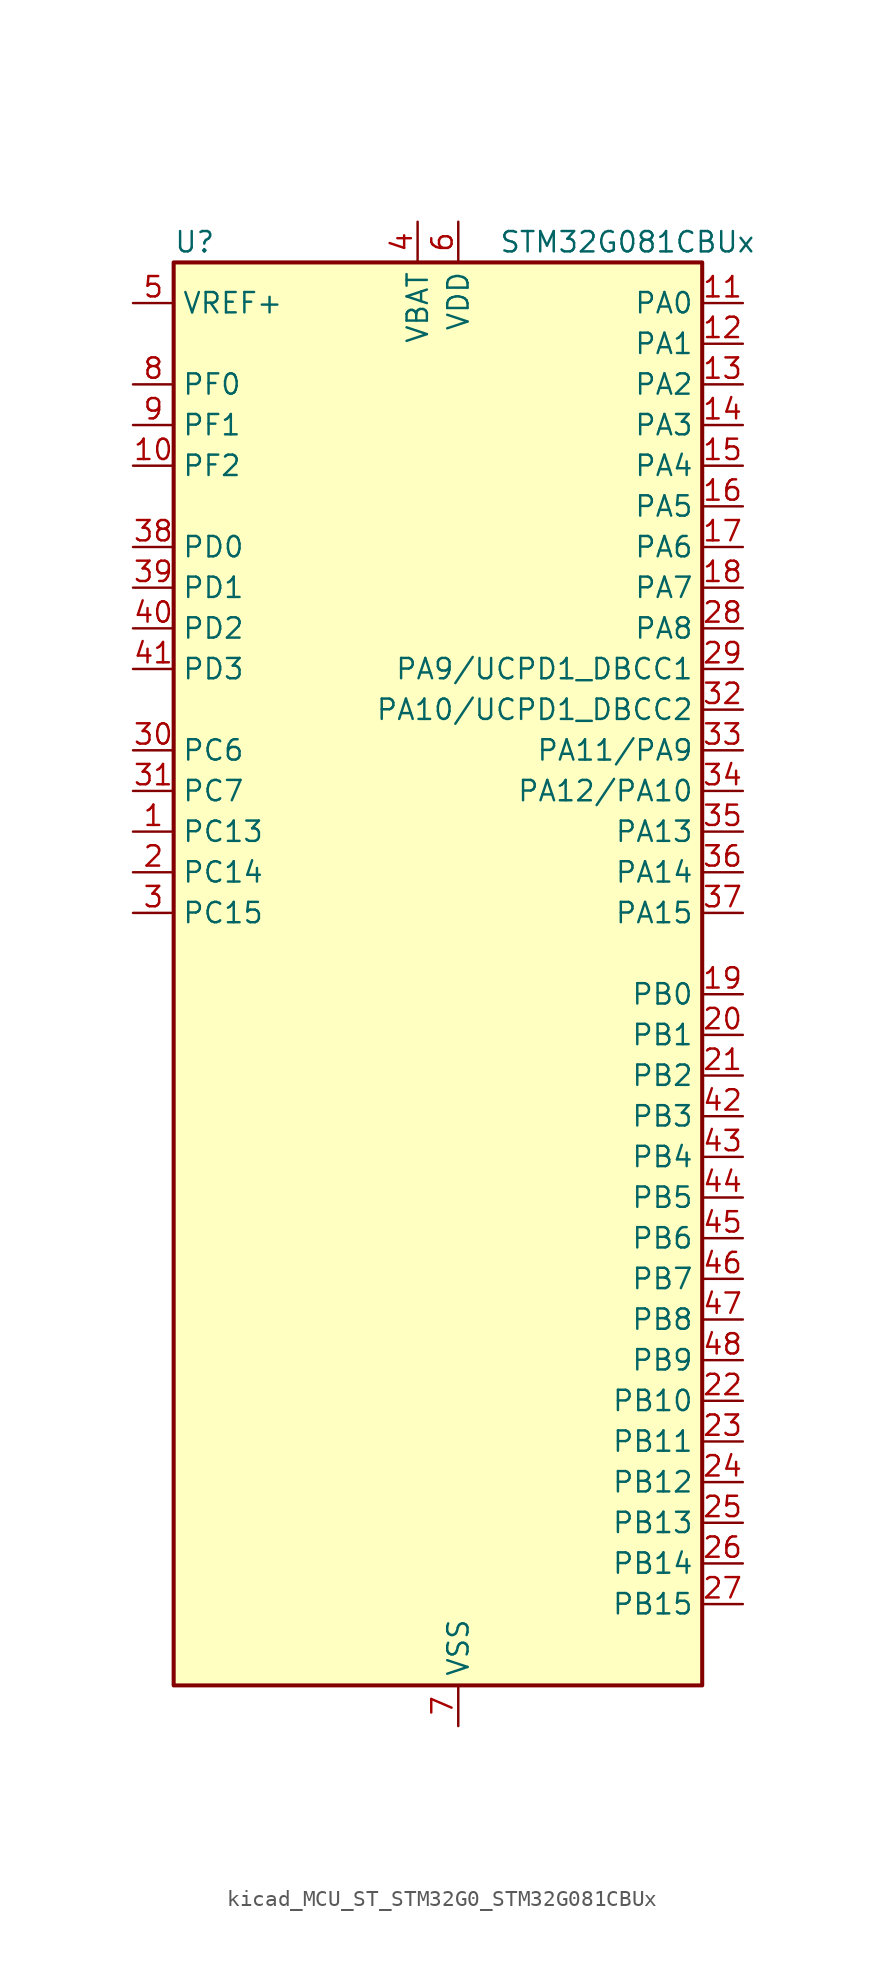
<source format=kicad_sym>
(kicad_symbol_lib
  (version 20220914)
  (generator kicad_symbol_editor)
  (symbol "kicad_MCU_ST_STM32G0_STM32G081CBUx"
    (property "Reference" "U"
      (at -15.24 46.99 0)
      (effects (font (size 1.27 1.27)) (justify left)))
    (property "Value" "STM32G081CBUx"
      (at 5.08 46.99 0)
      (effects (font (size 1.27 1.27)) (justify left)))
    (property "ki_locked" ""
      (at 0 0 0)
      (effects (font (size 1.27 1.27))))
    (symbol "kicad_MCU_ST_STM32G0_STM32G081CBUx_0_1"
      (rectangle (start -15.24 -43.18) (end 17.78 45.72) (stroke (width 0.254) (type default)) (fill (type background))))
    (symbol "kicad_MCU_ST_STM32G0_STM32G081CBUx_1_1"
      (pin bidirectional line (at -17.78 10.16 0) (length 2.54) (name "PC13" (effects (font (size 1.27 1.27)))) (number "1" (effects (font (size 1.27 1.27)))) (alternate "RTC_OUT_ALARM" bidirectional line) (alternate "RTC_OUT_CALIB" bidirectional line) (alternate "RTC_TAMP_IN1" bidirectional line) (alternate "RTC_TS" bidirectional line) (alternate "SYS_WKUP2" bidirectional line) (alternate "TIM1_BK" bidirectional line))
      (pin bidirectional line (at -17.78 33.02 0) (length 2.54) (name "PF2" (effects (font (size 1.27 1.27)))) (number "10" (effects (font (size 1.27 1.27)))) (alternate "RCC_MCO" bidirectional line))
      (pin bidirectional line (at 20.32 43.18 180) (length 2.54) (name "PA0" (effects (font (size 1.27 1.27)))) (number "11" (effects (font (size 1.27 1.27)))) (alternate "ADC1_IN0" bidirectional line) (alternate "COMP1_INM" bidirectional line) (alternate "COMP1_OUT" bidirectional line) (alternate "LPTIM1_OUT" bidirectional line) (alternate "RTC_TAMP_IN2" bidirectional line) (alternate "SPI2_SCK" bidirectional line) (alternate "SYS_WKUP1" bidirectional line) (alternate "TIM2_CH1" bidirectional line) (alternate "TIM2_ETR" bidirectional line) (alternate "UCPD2_FRSTX1" bidirectional line) (alternate "UCPD2_FRSTX2" bidirectional line) (alternate "USART2_CTS" bidirectional line) (alternate "USART2_NSS" bidirectional line) (alternate "USART4_TX" bidirectional line))
      (pin bidirectional line (at 20.32 40.64 180) (length 2.54) (name "PA1" (effects (font (size 1.27 1.27)))) (number "12" (effects (font (size 1.27 1.27)))) (alternate "ADC1_IN1" bidirectional line) (alternate "COMP1_INP" bidirectional line) (alternate "I2C1_SMBA" bidirectional line) (alternate "I2S1_CK" bidirectional line) (alternate "SPI1_SCK" bidirectional line) (alternate "TIM15_CH1N" bidirectional line) (alternate "TIM2_CH2" bidirectional line) (alternate "USART2_CK" bidirectional line) (alternate "USART2_DE" bidirectional line) (alternate "USART2_RTS" bidirectional line) (alternate "USART4_RX" bidirectional line))
      (pin bidirectional line (at 20.32 38.1 180) (length 2.54) (name "PA2" (effects (font (size 1.27 1.27)))) (number "13" (effects (font (size 1.27 1.27)))) (alternate "ADC1_IN2" bidirectional line) (alternate "COMP2_INM" bidirectional line) (alternate "COMP2_OUT" bidirectional line) (alternate "I2S1_SD" bidirectional line) (alternate "LPUART1_TX" bidirectional line) (alternate "RCC_LSCO" bidirectional line) (alternate "SPI1_MOSI" bidirectional line) (alternate "SYS_WKUP4" bidirectional line) (alternate "TIM15_CH1" bidirectional line) (alternate "TIM2_CH3" bidirectional line) (alternate "UCPD1_FRSTX1" bidirectional line) (alternate "UCPD1_FRSTX2" bidirectional line) (alternate "USART2_TX" bidirectional line))
      (pin bidirectional line (at 20.32 35.56 180) (length 2.54) (name "PA3" (effects (font (size 1.27 1.27)))) (number "14" (effects (font (size 1.27 1.27)))) (alternate "ADC1_IN3" bidirectional line) (alternate "COMP2_INP" bidirectional line) (alternate "LPUART1_RX" bidirectional line) (alternate "SPI2_MISO" bidirectional line) (alternate "TIM15_CH2" bidirectional line) (alternate "TIM2_CH4" bidirectional line) (alternate "UCPD2_FRSTX1" bidirectional line) (alternate "UCPD2_FRSTX2" bidirectional line) (alternate "USART2_RX" bidirectional line))
      (pin bidirectional line (at 20.32 33.02 180) (length 2.54) (name "PA4" (effects (font (size 1.27 1.27)))) (number "15" (effects (font (size 1.27 1.27)))) (alternate "ADC1_IN4" bidirectional line) (alternate "DAC1_OUT1" bidirectional line) (alternate "I2S1_WS" bidirectional line) (alternate "LPTIM2_OUT" bidirectional line) (alternate "RTC_OUT_ALARM" bidirectional line) (alternate "RTC_OUT_CALIB" bidirectional line) (alternate "SPI1_NSS" bidirectional line) (alternate "SPI2_MOSI" bidirectional line) (alternate "TIM14_CH1" bidirectional line) (alternate "UCPD2_FRSTX1" bidirectional line) (alternate "UCPD2_FRSTX2" bidirectional line))
      (pin bidirectional line (at 20.32 30.48 180) (length 2.54) (name "PA5" (effects (font (size 1.27 1.27)))) (number "16" (effects (font (size 1.27 1.27)))) (alternate "ADC1_IN5" bidirectional line) (alternate "CEC" bidirectional line) (alternate "DAC1_OUT2" bidirectional line) (alternate "I2S1_CK" bidirectional line) (alternate "LPTIM2_ETR" bidirectional line) (alternate "SPI1_SCK" bidirectional line) (alternate "TIM2_CH1" bidirectional line) (alternate "TIM2_ETR" bidirectional line) (alternate "UCPD1_FRSTX1" bidirectional line) (alternate "UCPD1_FRSTX2" bidirectional line) (alternate "USART3_TX" bidirectional line))
      (pin bidirectional line (at 20.32 27.94 180) (length 2.54) (name "PA6" (effects (font (size 1.27 1.27)))) (number "17" (effects (font (size 1.27 1.27)))) (alternate "ADC1_IN6" bidirectional line) (alternate "COMP1_OUT" bidirectional line) (alternate "I2S1_MCK" bidirectional line) (alternate "LPUART1_CTS" bidirectional line) (alternate "SPI1_MISO" bidirectional line) (alternate "TIM16_CH1" bidirectional line) (alternate "TIM1_BK" bidirectional line) (alternate "TIM3_CH1" bidirectional line) (alternate "USART3_CTS" bidirectional line) (alternate "USART3_NSS" bidirectional line))
      (pin bidirectional line (at 20.32 25.4 180) (length 2.54) (name "PA7" (effects (font (size 1.27 1.27)))) (number "18" (effects (font (size 1.27 1.27)))) (alternate "ADC1_IN7" bidirectional line) (alternate "COMP2_OUT" bidirectional line) (alternate "I2S1_SD" bidirectional line) (alternate "SPI1_MOSI" bidirectional line) (alternate "TIM14_CH1" bidirectional line) (alternate "TIM17_CH1" bidirectional line) (alternate "TIM1_CH1N" bidirectional line) (alternate "TIM3_CH2" bidirectional line) (alternate "UCPD1_FRSTX1" bidirectional line) (alternate "UCPD1_FRSTX2" bidirectional line))
      (pin bidirectional line (at 20.32 0 180) (length 2.54) (name "PB0" (effects (font (size 1.27 1.27)))) (number "19" (effects (font (size 1.27 1.27)))) (alternate "ADC1_IN8" bidirectional line) (alternate "COMP1_OUT" bidirectional line) (alternate "I2S1_WS" bidirectional line) (alternate "LPTIM1_OUT" bidirectional line) (alternate "SPI1_NSS" bidirectional line) (alternate "TIM1_CH2N" bidirectional line) (alternate "TIM3_CH3" bidirectional line) (alternate "UCPD1_FRSTX1" bidirectional line) (alternate "UCPD1_FRSTX2" bidirectional line) (alternate "USART3_RX" bidirectional line))
      (pin bidirectional line (at -17.78 7.62 0) (length 2.54) (name "PC14" (effects (font (size 1.27 1.27)))) (number "2" (effects (font (size 1.27 1.27)))) (alternate "RCC_OSC32_IN" bidirectional line) (alternate "TIM1_BK2" bidirectional line))
      (pin bidirectional line (at 20.32 -2.54 180) (length 2.54) (name "PB1" (effects (font (size 1.27 1.27)))) (number "20" (effects (font (size 1.27 1.27)))) (alternate "ADC1_IN9" bidirectional line) (alternate "COMP1_INM" bidirectional line) (alternate "LPTIM2_IN1" bidirectional line) (alternate "LPUART1_DE" bidirectional line) (alternate "LPUART1_RTS" bidirectional line) (alternate "TIM14_CH1" bidirectional line) (alternate "TIM1_CH3N" bidirectional line) (alternate "TIM3_CH4" bidirectional line) (alternate "USART3_CK" bidirectional line) (alternate "USART3_DE" bidirectional line) (alternate "USART3_RTS" bidirectional line))
      (pin bidirectional line (at 20.32 -5.08 180) (length 2.54) (name "PB2" (effects (font (size 1.27 1.27)))) (number "21" (effects (font (size 1.27 1.27)))) (alternate "ADC1_IN10" bidirectional line) (alternate "COMP1_INP" bidirectional line) (alternate "LPTIM1_OUT" bidirectional line) (alternate "SPI2_MISO" bidirectional line) (alternate "USART3_TX" bidirectional line))
      (pin bidirectional line (at 20.32 -25.4 180) (length 2.54) (name "PB10" (effects (font (size 1.27 1.27)))) (number "22" (effects (font (size 1.27 1.27)))) (alternate "ADC1_IN11" bidirectional line) (alternate "CEC" bidirectional line) (alternate "COMP1_OUT" bidirectional line) (alternate "I2C2_SCL" bidirectional line) (alternate "LPUART1_RX" bidirectional line) (alternate "SPI2_SCK" bidirectional line) (alternate "TIM2_CH3" bidirectional line) (alternate "USART3_TX" bidirectional line))
      (pin bidirectional line (at 20.32 -27.94 180) (length 2.54) (name "PB11" (effects (font (size 1.27 1.27)))) (number "23" (effects (font (size 1.27 1.27)))) (alternate "ADC1_EXTI11" bidirectional line) (alternate "ADC1_IN15" bidirectional line) (alternate "COMP2_OUT" bidirectional line) (alternate "I2C2_SDA" bidirectional line) (alternate "LPUART1_TX" bidirectional line) (alternate "SPI2_MOSI" bidirectional line) (alternate "TIM2_CH4" bidirectional line) (alternate "USART3_RX" bidirectional line))
      (pin bidirectional line (at 20.32 -30.48 180) (length 2.54) (name "PB12" (effects (font (size 1.27 1.27)))) (number "24" (effects (font (size 1.27 1.27)))) (alternate "ADC1_IN16" bidirectional line) (alternate "LPUART1_DE" bidirectional line) (alternate "LPUART1_RTS" bidirectional line) (alternate "SPI2_NSS" bidirectional line) (alternate "TIM15_BK" bidirectional line) (alternate "TIM1_BK" bidirectional line) (alternate "UCPD2_FRSTX1" bidirectional line) (alternate "UCPD2_FRSTX2" bidirectional line))
      (pin bidirectional line (at 20.32 -33.02 180) (length 2.54) (name "PB13" (effects (font (size 1.27 1.27)))) (number "25" (effects (font (size 1.27 1.27)))) (alternate "I2C2_SCL" bidirectional line) (alternate "LPUART1_CTS" bidirectional line) (alternate "SPI2_SCK" bidirectional line) (alternate "TIM15_CH1N" bidirectional line) (alternate "TIM1_CH1N" bidirectional line) (alternate "USART3_CTS" bidirectional line) (alternate "USART3_NSS" bidirectional line))
      (pin bidirectional line (at 20.32 -35.56 180) (length 2.54) (name "PB14" (effects (font (size 1.27 1.27)))) (number "26" (effects (font (size 1.27 1.27)))) (alternate "I2C2_SDA" bidirectional line) (alternate "SPI2_MISO" bidirectional line) (alternate "TIM15_CH1" bidirectional line) (alternate "TIM1_CH2N" bidirectional line) (alternate "UCPD1_FRSTX1" bidirectional line) (alternate "UCPD1_FRSTX2" bidirectional line) (alternate "USART3_CK" bidirectional line) (alternate "USART3_DE" bidirectional line) (alternate "USART3_RTS" bidirectional line))
      (pin bidirectional line (at 20.32 -38.1 180) (length 2.54) (name "PB15" (effects (font (size 1.27 1.27)))) (number "27" (effects (font (size 1.27 1.27)))) (alternate "RTC_REFIN" bidirectional line) (alternate "SPI2_MOSI" bidirectional line) (alternate "TIM15_CH1N" bidirectional line) (alternate "TIM15_CH2" bidirectional line) (alternate "TIM1_CH3N" bidirectional line) (alternate "UCPD1_CC2" bidirectional line))
      (pin bidirectional line (at 20.32 22.86 180) (length 2.54) (name "PA8" (effects (font (size 1.27 1.27)))) (number "28" (effects (font (size 1.27 1.27)))) (alternate "LPTIM2_OUT" bidirectional line) (alternate "RCC_MCO" bidirectional line) (alternate "SPI2_NSS" bidirectional line) (alternate "TIM1_CH1" bidirectional line) (alternate "UCPD1_CC1" bidirectional line))
      (pin bidirectional line (at 20.32 20.32 180) (length 2.54) (name "PA9/UCPD1_DBCC1" (effects (font (size 1.27 1.27)))) (number "29" (effects (font (size 1.27 1.27)))) (alternate "DAC1_EXTI9" bidirectional line) (alternate "I2C1_SCL" bidirectional line) (alternate "RCC_MCO" bidirectional line) (alternate "SPI2_MISO" bidirectional line) (alternate "TIM15_BK" bidirectional line) (alternate "TIM1_CH2" bidirectional line) (alternate "UCPD1_DBCC1" bidirectional line) (alternate "USART1_TX" bidirectional line))
      (pin bidirectional line (at -17.78 5.08 0) (length 2.54) (name "PC15" (effects (font (size 1.27 1.27)))) (number "3" (effects (font (size 1.27 1.27)))) (alternate "RCC_OSC32_EN" bidirectional line) (alternate "RCC_OSC32_OUT" bidirectional line) (alternate "RCC_OSC_EN" bidirectional line) (alternate "TIM15_BK" bidirectional line))
      (pin bidirectional line (at -17.78 15.24 0) (length 2.54) (name "PC6" (effects (font (size 1.27 1.27)))) (number "30" (effects (font (size 1.27 1.27)))) (alternate "TIM2_CH3" bidirectional line) (alternate "TIM3_CH1" bidirectional line) (alternate "UCPD1_FRSTX1" bidirectional line) (alternate "UCPD1_FRSTX2" bidirectional line))
      (pin bidirectional line (at -17.78 12.7 0) (length 2.54) (name "PC7" (effects (font (size 1.27 1.27)))) (number "31" (effects (font (size 1.27 1.27)))) (alternate "TIM2_CH4" bidirectional line) (alternate "TIM3_CH2" bidirectional line) (alternate "UCPD2_FRSTX1" bidirectional line) (alternate "UCPD2_FRSTX2" bidirectional line))
      (pin bidirectional line (at 20.32 17.78 180) (length 2.54) (name "PA10/UCPD1_DBCC2" (effects (font (size 1.27 1.27)))) (number "32" (effects (font (size 1.27 1.27)))) (alternate "I2C1_SDA" bidirectional line) (alternate "SPI2_MOSI" bidirectional line) (alternate "TIM17_BK" bidirectional line) (alternate "TIM1_CH3" bidirectional line) (alternate "UCPD1_DBCC2" bidirectional line) (alternate "USART1_RX" bidirectional line))
      (pin bidirectional line (at 20.32 15.24 180) (length 2.54) (name "PA11/PA9" (effects (font (size 1.27 1.27)))) (number "33" (effects (font (size 1.27 1.27)))) (alternate "ADC1_EXTI11" bidirectional line) (alternate "COMP1_OUT" bidirectional line) (alternate "I2C2_SCL" bidirectional line) (alternate "I2S1_MCK" bidirectional line) (alternate "SPI1_MISO" bidirectional line) (alternate "TIM1_BK2" bidirectional line) (alternate "TIM1_CH4" bidirectional line) (alternate "USART1_CTS" bidirectional line) (alternate "USART1_NSS" bidirectional line))
      (pin bidirectional line (at 20.32 12.7 180) (length 2.54) (name "PA12/PA10" (effects (font (size 1.27 1.27)))) (number "34" (effects (font (size 1.27 1.27)))) (alternate "COMP2_OUT" bidirectional line) (alternate "I2C2_SDA" bidirectional line) (alternate "I2S1_SD" bidirectional line) (alternate "I2S_CKIN" bidirectional line) (alternate "SPI1_MOSI" bidirectional line) (alternate "TIM1_ETR" bidirectional line) (alternate "USART1_CK" bidirectional line) (alternate "USART1_DE" bidirectional line) (alternate "USART1_RTS" bidirectional line))
      (pin bidirectional line (at 20.32 10.16 180) (length 2.54) (name "PA13" (effects (font (size 1.27 1.27)))) (number "35" (effects (font (size 1.27 1.27)))) (alternate "IR_OUT" bidirectional line) (alternate "SYS_SWDIO" bidirectional line))
      (pin bidirectional line (at 20.32 7.62 180) (length 2.54) (name "PA14" (effects (font (size 1.27 1.27)))) (number "36" (effects (font (size 1.27 1.27)))) (alternate "SYS_SWCLK" bidirectional line) (alternate "USART2_TX" bidirectional line))
      (pin bidirectional line (at 20.32 5.08 180) (length 2.54) (name "PA15" (effects (font (size 1.27 1.27)))) (number "37" (effects (font (size 1.27 1.27)))) (alternate "I2S1_WS" bidirectional line) (alternate "SPI1_NSS" bidirectional line) (alternate "TIM2_CH1" bidirectional line) (alternate "TIM2_ETR" bidirectional line) (alternate "USART2_RX" bidirectional line) (alternate "USART3_CK" bidirectional line) (alternate "USART3_DE" bidirectional line) (alternate "USART3_RTS" bidirectional line) (alternate "USART4_CK" bidirectional line) (alternate "USART4_DE" bidirectional line) (alternate "USART4_RTS" bidirectional line))
      (pin bidirectional line (at -17.78 27.94 0) (length 2.54) (name "PD0" (effects (font (size 1.27 1.27)))) (number "38" (effects (font (size 1.27 1.27)))) (alternate "SPI2_NSS" bidirectional line) (alternate "TIM16_CH1" bidirectional line) (alternate "UCPD2_CC1" bidirectional line))
      (pin bidirectional line (at -17.78 25.4 0) (length 2.54) (name "PD1" (effects (font (size 1.27 1.27)))) (number "39" (effects (font (size 1.27 1.27)))) (alternate "SPI2_SCK" bidirectional line) (alternate "TIM17_CH1" bidirectional line) (alternate "UCPD2_DBCC1" bidirectional line))
      (pin power_in line (at 0 48.26 270) (length 2.54) (name "VBAT" (effects (font (size 1.27 1.27)))) (number "4" (effects (font (size 1.27 1.27)))))
      (pin bidirectional line (at -17.78 22.86 0) (length 2.54) (name "PD2" (effects (font (size 1.27 1.27)))) (number "40" (effects (font (size 1.27 1.27)))) (alternate "TIM1_CH1N" bidirectional line) (alternate "TIM3_ETR" bidirectional line) (alternate "UCPD2_CC2" bidirectional line) (alternate "USART3_CK" bidirectional line) (alternate "USART3_DE" bidirectional line) (alternate "USART3_RTS" bidirectional line))
      (pin bidirectional line (at -17.78 20.32 0) (length 2.54) (name "PD3" (effects (font (size 1.27 1.27)))) (number "41" (effects (font (size 1.27 1.27)))) (alternate "SPI2_MISO" bidirectional line) (alternate "TIM1_CH2N" bidirectional line) (alternate "UCPD2_DBCC2" bidirectional line) (alternate "USART2_CTS" bidirectional line) (alternate "USART2_NSS" bidirectional line))
      (pin bidirectional line (at 20.32 -7.62 180) (length 2.54) (name "PB3" (effects (font (size 1.27 1.27)))) (number "42" (effects (font (size 1.27 1.27)))) (alternate "COMP2_INM" bidirectional line) (alternate "I2S1_CK" bidirectional line) (alternate "SPI1_SCK" bidirectional line) (alternate "TIM1_CH2" bidirectional line) (alternate "TIM2_CH2" bidirectional line) (alternate "USART1_CK" bidirectional line) (alternate "USART1_DE" bidirectional line) (alternate "USART1_RTS" bidirectional line))
      (pin bidirectional line (at 20.32 -10.16 180) (length 2.54) (name "PB4" (effects (font (size 1.27 1.27)))) (number "43" (effects (font (size 1.27 1.27)))) (alternate "COMP2_INP" bidirectional line) (alternate "I2S1_MCK" bidirectional line) (alternate "SPI1_MISO" bidirectional line) (alternate "TIM17_BK" bidirectional line) (alternate "TIM3_CH1" bidirectional line) (alternate "USART1_CTS" bidirectional line) (alternate "USART1_NSS" bidirectional line))
      (pin bidirectional line (at 20.32 -12.7 180) (length 2.54) (name "PB5" (effects (font (size 1.27 1.27)))) (number "44" (effects (font (size 1.27 1.27)))) (alternate "COMP2_OUT" bidirectional line) (alternate "I2C1_SMBA" bidirectional line) (alternate "I2S1_SD" bidirectional line) (alternate "LPTIM1_IN1" bidirectional line) (alternate "SPI1_MOSI" bidirectional line) (alternate "SYS_WKUP6" bidirectional line) (alternate "TIM16_BK" bidirectional line) (alternate "TIM3_CH2" bidirectional line))
      (pin bidirectional line (at 20.32 -15.24 180) (length 2.54) (name "PB6" (effects (font (size 1.27 1.27)))) (number "45" (effects (font (size 1.27 1.27)))) (alternate "COMP2_INP" bidirectional line) (alternate "I2C1_SCL" bidirectional line) (alternate "LPTIM1_ETR" bidirectional line) (alternate "SPI2_MISO" bidirectional line) (alternate "TIM16_CH1N" bidirectional line) (alternate "TIM1_CH3" bidirectional line) (alternate "USART1_TX" bidirectional line))
      (pin bidirectional line (at 20.32 -17.78 180) (length 2.54) (name "PB7" (effects (font (size 1.27 1.27)))) (number "46" (effects (font (size 1.27 1.27)))) (alternate "COMP2_INM" bidirectional line) (alternate "I2C1_SDA" bidirectional line) (alternate "LPTIM1_IN2" bidirectional line) (alternate "SPI2_MOSI" bidirectional line) (alternate "SYS_PVD_IN" bidirectional line) (alternate "TIM17_CH1N" bidirectional line) (alternate "USART1_RX" bidirectional line) (alternate "USART4_CTS" bidirectional line) (alternate "USART4_NSS" bidirectional line))
      (pin bidirectional line (at 20.32 -20.32 180) (length 2.54) (name "PB8" (effects (font (size 1.27 1.27)))) (number "47" (effects (font (size 1.27 1.27)))) (alternate "CEC" bidirectional line) (alternate "I2C1_SCL" bidirectional line) (alternate "SPI2_SCK" bidirectional line) (alternate "TIM15_BK" bidirectional line) (alternate "TIM16_CH1" bidirectional line) (alternate "USART3_TX" bidirectional line))
      (pin bidirectional line (at 20.32 -22.86 180) (length 2.54) (name "PB9" (effects (font (size 1.27 1.27)))) (number "48" (effects (font (size 1.27 1.27)))) (alternate "DAC1_EXTI9" bidirectional line) (alternate "I2C1_SDA" bidirectional line) (alternate "IR_OUT" bidirectional line) (alternate "SPI2_NSS" bidirectional line) (alternate "TIM17_CH1" bidirectional line) (alternate "UCPD2_FRSTX1" bidirectional line) (alternate "UCPD2_FRSTX2" bidirectional line) (alternate "USART3_RX" bidirectional line))
      (pin passive line (at 2.54 -45.72 90) (length 2.54) hide (name "VSS" (effects (font (size 1.27 1.27)))) (number "49" (effects (font (size 1.27 1.27)))))
      (pin input line (at -17.78 43.18 0) (length 2.54) (name "VREF+" (effects (font (size 1.27 1.27)))) (number "5" (effects (font (size 1.27 1.27)))) (alternate "VREFBUF_OUT" bidirectional line))
      (pin power_in line (at 2.54 48.26 270) (length 2.54) (name "VDD" (effects (font (size 1.27 1.27)))) (number "6" (effects (font (size 1.27 1.27)))))
      (pin power_in line (at 2.54 -45.72 90) (length 2.54) (name "VSS" (effects (font (size 1.27 1.27)))) (number "7" (effects (font (size 1.27 1.27)))))
      (pin bidirectional line (at -17.78 38.1 0) (length 2.54) (name "PF0" (effects (font (size 1.27 1.27)))) (number "8" (effects (font (size 1.27 1.27)))) (alternate "RCC_OSC_IN" bidirectional line) (alternate "TIM14_CH1" bidirectional line))
      (pin bidirectional line (at -17.78 35.56 0) (length 2.54) (name "PF1" (effects (font (size 1.27 1.27)))) (number "9" (effects (font (size 1.27 1.27)))) (alternate "RCC_OSC_EN" bidirectional line) (alternate "RCC_OSC_OUT" bidirectional line) (alternate "TIM15_CH1N" bidirectional line)))))
</source>
